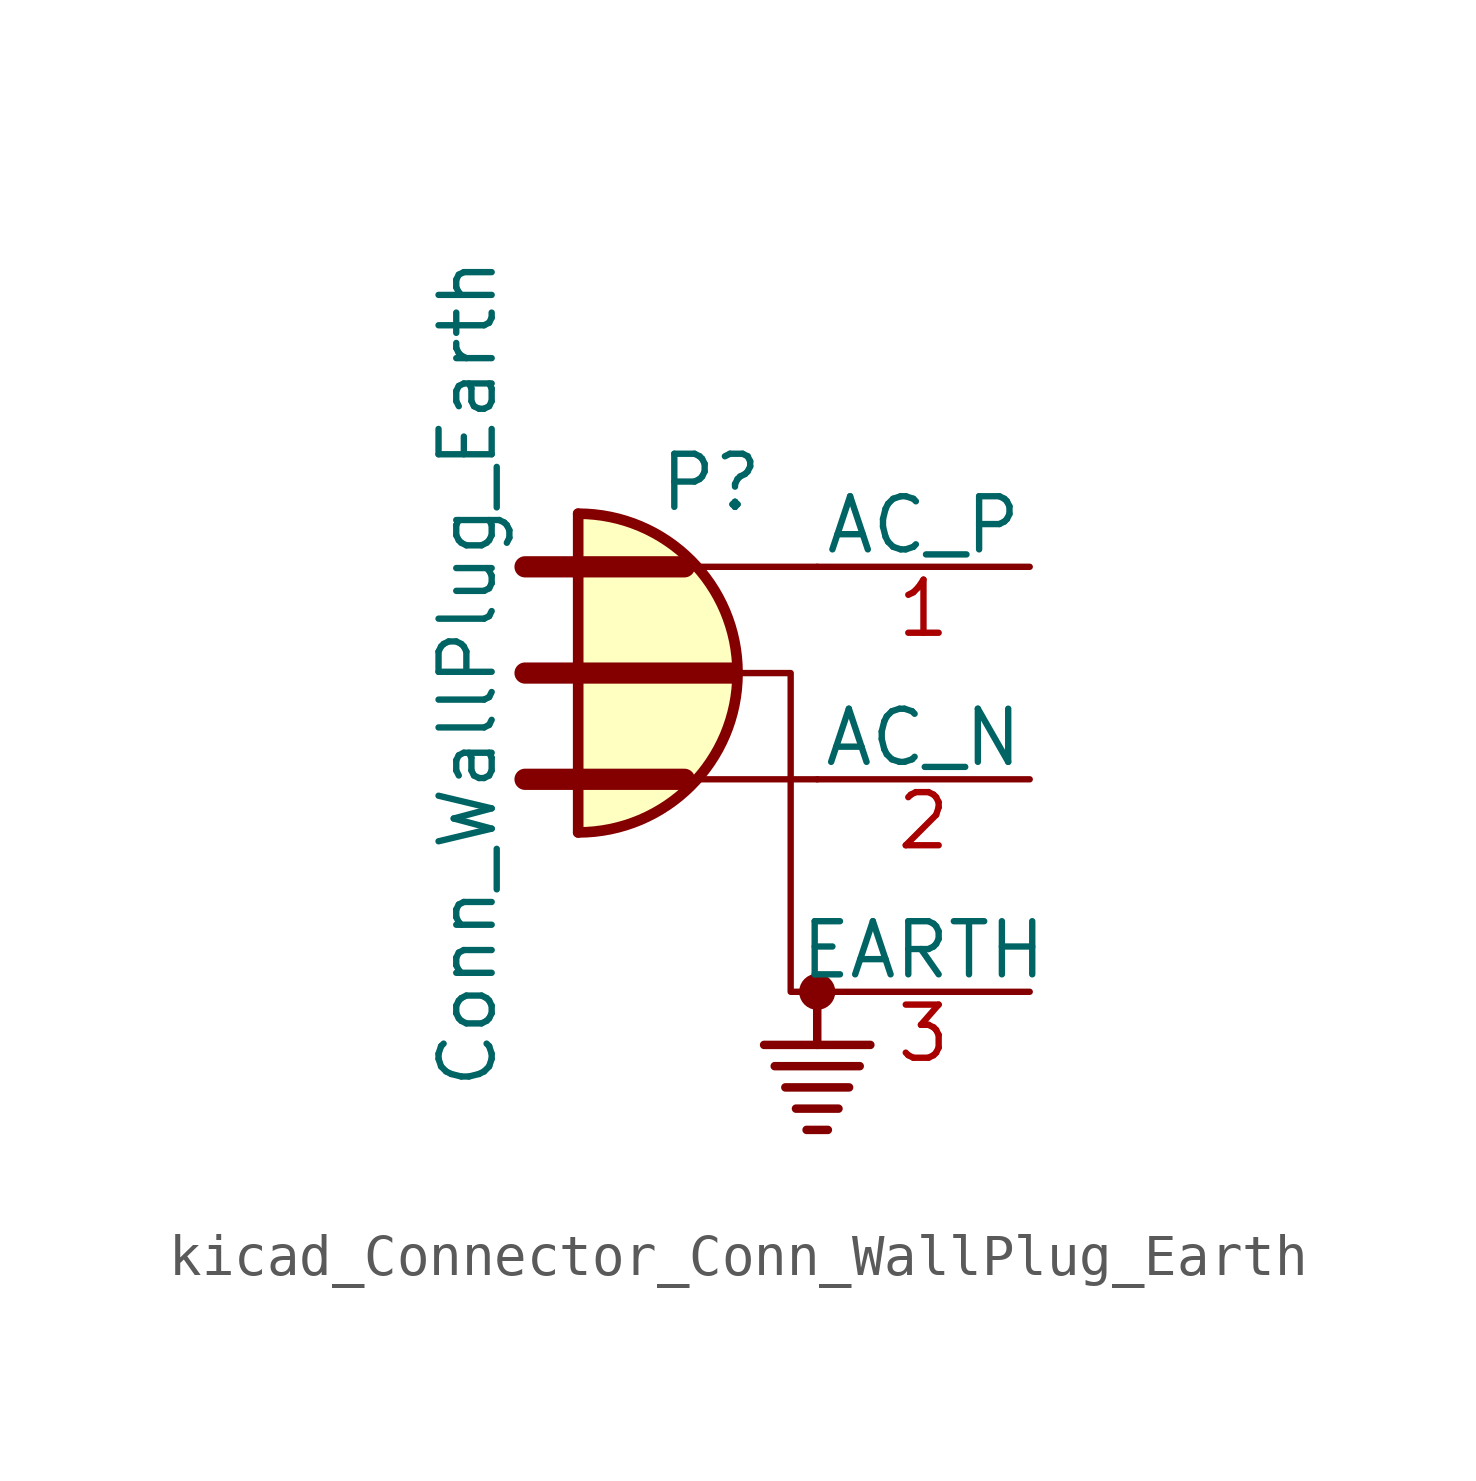
<source format=kicad_sym>
(kicad_symbol_lib
  (version 20220914)
  (generator kicad_symbol_editor)
  (symbol "kicad_Connector_Conn_WallPlug_Earth"
    (pin_names
      (offset 0))
    (property "Reference" "P"
      (at 0 3.81 0)
      (effects (font (size 1.27 1.27)) (justify bottom)))
    (property "Value" "Conn_WallPlug_Earth"
      (at -5.08 0 90)
      (effects (font (size 1.27 1.27)) (justify bottom)))
    (symbol "kicad_Connector_Conn_WallPlug_Earth_0_1"
      (arc (start -3.175 -3.81) (mid 0.6184 0) (end -3.175 3.81) (stroke (width 0.254) (type default)) (fill (type background)))
      (polyline (pts (xy -4.445 -2.54) (xy -0.635 -2.54)) (stroke (width 0.508) (type default)) (fill (type none)))
      (polyline (pts (xy -4.445 0) (xy 0.508 0)) (stroke (width 0.508) (type default)) (fill (type none)))
      (polyline (pts (xy -4.445 2.54) (xy -0.635 2.54)) (stroke (width 0.508) (type default)) (fill (type none)))
      (polyline (pts (xy -3.175 -3.81) (xy -3.175 3.81)) (stroke (width 0.254) (type default)) (fill (type none)))
      (polyline (pts (xy -0.635 -2.54) (xy 2.54 -2.54)) (stroke (width 0) (type default)) (fill (type none)))
      (polyline (pts (xy -0.635 2.54) (xy 2.54 2.54)) (stroke (width 0) (type default)) (fill (type none)))
      (polyline (pts (xy 1.524 -9.398) (xy 3.556 -9.398)) (stroke (width 0.203) (type default)) (fill (type none)))
      (polyline (pts (xy 1.778 -9.906) (xy 3.302 -9.906)) (stroke (width 0.203) (type default)) (fill (type none)))
      (polyline (pts (xy 2.032 -10.414) (xy 3.048 -10.414)) (stroke (width 0.203) (type default)) (fill (type none)))
      (polyline (pts (xy 2.286 -10.922) (xy 2.794 -10.922)) (stroke (width 0.203) (type default)) (fill (type none)))
      (polyline (pts (xy 2.54 -7.62) (xy 2.54 -8.89)) (stroke (width 0.203) (type default)) (fill (type none)))
      (polyline (pts (xy 3.81 -8.89) (xy 1.27 -8.89)) (stroke (width 0.203) (type default)) (fill (type none)))
      (polyline (pts (xy 2.54 -7.62) (xy 1.905 -7.62) (xy 1.905 0) (xy -4.445 0)) (stroke (width 0) (type default)) (fill (type none)))
      (circle (center 2.54 -7.62) (radius 0.356) (stroke (width 0) (type default)) (fill (type outline))))
    (symbol "kicad_Connector_Conn_WallPlug_Earth_1_1"
      (pin power_out line (at 7.62 2.54 180) (length 5.08) (name "AC_P" (effects (font (size 1.27 1.27)))) (number "1" (effects (font (size 1.27 1.27)))))
      (pin power_out line (at 7.62 -2.54 180) (length 5.08) (name "AC_N" (effects (font (size 1.27 1.27)))) (number "2" (effects (font (size 1.27 1.27)))))
      (pin passive line (at 7.62 -7.62 180) (length 5.08) (name "EARTH" (effects (font (size 1.27 1.27)))) (number "3" (effects (font (size 1.27 1.27))))))))
</source>
